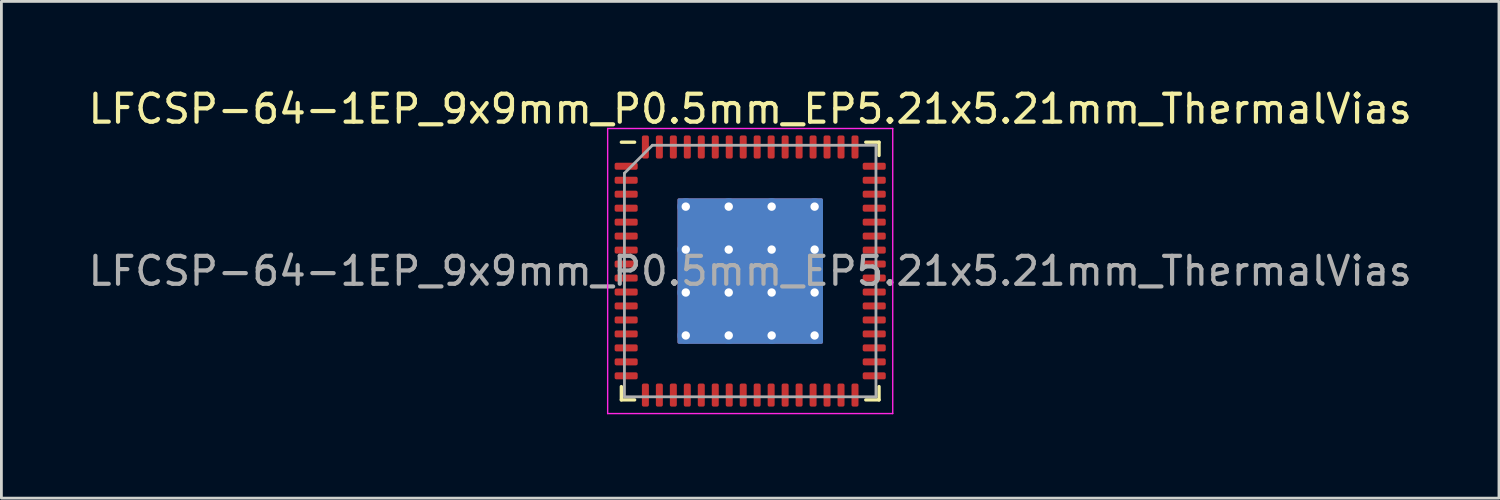
<source format=kicad_pcb>
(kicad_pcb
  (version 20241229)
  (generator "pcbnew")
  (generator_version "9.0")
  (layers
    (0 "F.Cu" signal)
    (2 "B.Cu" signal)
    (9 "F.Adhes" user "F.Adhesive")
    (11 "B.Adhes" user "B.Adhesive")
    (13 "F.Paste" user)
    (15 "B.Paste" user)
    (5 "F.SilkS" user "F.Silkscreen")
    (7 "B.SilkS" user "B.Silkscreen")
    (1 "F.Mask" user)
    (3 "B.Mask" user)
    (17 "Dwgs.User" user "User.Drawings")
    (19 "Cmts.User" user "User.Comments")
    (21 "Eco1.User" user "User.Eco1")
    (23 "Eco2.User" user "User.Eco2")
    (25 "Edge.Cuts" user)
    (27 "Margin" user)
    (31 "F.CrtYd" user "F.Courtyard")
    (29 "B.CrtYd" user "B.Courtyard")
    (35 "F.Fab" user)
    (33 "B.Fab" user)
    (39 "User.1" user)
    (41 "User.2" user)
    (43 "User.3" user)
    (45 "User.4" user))
  (footprint "LFCSP-64-1EP_9x9mm_P0.5mm_EP5.21x5.21mm_ThermalVias"
    (layer "F.Cu")
    (at 23.792 6.648)
    (property "Reference" "LFCSP-64-1EP_9x9mm_P0.5mm_EP5.21x5.21mm_ThermalVias" (at 0 -5.8 0) (layer "F.SilkS") (effects (font (size 1 1) (thickness 0.15))))
    (attr smd)
    (fp_line (start -4.61 4.61) (end -4.61 4.135) (stroke (width 0.12) (type solid)) (layer "F.SilkS"))
    (fp_line (start -4.135 -4.61) (end -4.61 -4.61) (stroke (width 0.12) (type solid)) (layer "F.SilkS"))
    (fp_line (start -4.135 4.61) (end -4.61 4.61) (stroke (width 0.12) (type solid)) (layer "F.SilkS"))
    (fp_line (start 4.135 -4.61) (end 4.61 -4.61) (stroke (width 0.12) (type solid)) (layer "F.SilkS"))
    (fp_line (start 4.135 4.61) (end 4.61 4.61) (stroke (width 0.12) (type solid)) (layer "F.SilkS"))
    (fp_line (start 4.61 -4.61) (end 4.61 -4.135) (stroke (width 0.12) (type solid)) (layer "F.SilkS"))
    (fp_line (start 4.61 4.61) (end 4.61 4.135) (stroke (width 0.12) (type solid)) (layer "F.SilkS"))
    (fp_line (start -5.1 -5.1) (end -5.1 5.1) (stroke (width 0.05) (type solid)) (layer "F.CrtYd"))
    (fp_line (start -5.1 5.1) (end 5.1 5.1) (stroke (width 0.05) (type solid)) (layer "F.CrtYd"))
    (fp_line (start 5.1 -5.1) (end -5.1 -5.1) (stroke (width 0.05) (type solid)) (layer "F.CrtYd"))
    (fp_line (start 5.1 5.1) (end 5.1 -5.1) (stroke (width 0.05) (type solid)) (layer "F.CrtYd"))
    (fp_line (start -4.5 -3.5) (end -3.5 -4.5) (stroke (width 0.1) (type solid)) (layer "F.Fab"))
    (fp_line (start -4.5 4.5) (end -4.5 -3.5) (stroke (width 0.1) (type solid)) (layer "F.Fab"))
    (fp_line (start -3.5 -4.5) (end 4.5 -4.5) (stroke (width 0.1) (type solid)) (layer "F.Fab"))
    (fp_line (start 4.5 -4.5) (end 4.5 4.5) (stroke (width 0.1) (type solid)) (layer "F.Fab"))
    (fp_line (start 4.5 4.5) (end -4.5 4.5) (stroke (width 0.1) (type solid)) (layer "F.Fab"))
    (fp_text user "${REFERENCE}" (at 0 0 0) (layer "F.Fab") (effects (font (size 1 1) (thickness 0.15))))
    (pad "" smd roundrect (at -1.3 -1.3) (size 2.26 2.26) (layers "F.Paste") (roundrect_rratio 0.111))
    (pad "" smd roundrect (at -1.3 1.3) (size 2.26 2.26) (layers "F.Paste") (roundrect_rratio 0.111))
    (pad "" smd roundrect (at 1.3 -1.3) (size 2.26 2.26) (layers "F.Paste") (roundrect_rratio 0.111))
    (pad "" smd roundrect (at 1.3 1.3) (size 2.26 2.26) (layers "F.Paste") (roundrect_rratio 0.111))
    (pad "1" smd roundrect (at -4.438 -3.75) (size 0.825 0.25) (layers "F.Cu" "F.Mask" "F.Paste") (roundrect_rratio 0.25))
    (pad "2" smd roundrect (at -4.438 -3.25) (size 0.825 0.25) (layers "F.Cu" "F.Mask" "F.Paste") (roundrect_rratio 0.25))
    (pad "3" smd roundrect (at -4.438 -2.75) (size 0.825 0.25) (layers "F.Cu" "F.Mask" "F.Paste") (roundrect_rratio 0.25))
    (pad "4" smd roundrect (at -4.438 -2.25) (size 0.825 0.25) (layers "F.Cu" "F.Mask" "F.Paste") (roundrect_rratio 0.25))
    (pad "5" smd roundrect (at -4.438 -1.75) (size 0.825 0.25) (layers "F.Cu" "F.Mask" "F.Paste") (roundrect_rratio 0.25))
    (pad "6" smd roundrect (at -4.438 -1.25) (size 0.825 0.25) (layers "F.Cu" "F.Mask" "F.Paste") (roundrect_rratio 0.25))
    (pad "7" smd roundrect (at -4.438 -0.75) (size 0.825 0.25) (layers "F.Cu" "F.Mask" "F.Paste") (roundrect_rratio 0.25))
    (pad "8" smd roundrect (at -4.438 -0.25) (size 0.825 0.25) (layers "F.Cu" "F.Mask" "F.Paste") (roundrect_rratio 0.25))
    (pad "9" smd roundrect (at -4.438 0.25) (size 0.825 0.25) (layers "F.Cu" "F.Mask" "F.Paste") (roundrect_rratio 0.25))
    (pad "10" smd roundrect (at -4.438 0.75) (size 0.825 0.25) (layers "F.Cu" "F.Mask" "F.Paste") (roundrect_rratio 0.25))
    (pad "11" smd roundrect (at -4.438 1.25) (size 0.825 0.25) (layers "F.Cu" "F.Mask" "F.Paste") (roundrect_rratio 0.25))
    (pad "12" smd roundrect (at -4.438 1.75) (size 0.825 0.25) (layers "F.Cu" "F.Mask" "F.Paste") (roundrect_rratio 0.25))
    (pad "13" smd roundrect (at -4.438 2.25) (size 0.825 0.25) (layers "F.Cu" "F.Mask" "F.Paste") (roundrect_rratio 0.25))
    (pad "14" smd roundrect (at -4.438 2.75) (size 0.825 0.25) (layers "F.Cu" "F.Mask" "F.Paste") (roundrect_rratio 0.25))
    (pad "15" smd roundrect (at -4.438 3.25) (size 0.825 0.25) (layers "F.Cu" "F.Mask" "F.Paste") (roundrect_rratio 0.25))
    (pad "16" smd roundrect (at -4.438 3.75) (size 0.825 0.25) (layers "F.Cu" "F.Mask" "F.Paste") (roundrect_rratio 0.25))
    (pad "17" smd roundrect (at -3.75 4.438) (size 0.25 0.825) (layers "F.Cu" "F.Mask" "F.Paste") (roundrect_rratio 0.25))
    (pad "18" smd roundrect (at -3.25 4.438) (size 0.25 0.825) (layers "F.Cu" "F.Mask" "F.Paste") (roundrect_rratio 0.25))
    (pad "19" smd roundrect (at -2.75 4.438) (size 0.25 0.825) (layers "F.Cu" "F.Mask" "F.Paste") (roundrect_rratio 0.25))
    (pad "20" smd roundrect (at -2.25 4.438) (size 0.25 0.825) (layers "F.Cu" "F.Mask" "F.Paste") (roundrect_rratio 0.25))
    (pad "21" smd roundrect (at -1.75 4.438) (size 0.25 0.825) (layers "F.Cu" "F.Mask" "F.Paste") (roundrect_rratio 0.25))
    (pad "22" smd roundrect (at -1.25 4.438) (size 0.25 0.825) (layers "F.Cu" "F.Mask" "F.Paste") (roundrect_rratio 0.25))
    (pad "23" smd roundrect (at -0.75 4.438) (size 0.25 0.825) (layers "F.Cu" "F.Mask" "F.Paste") (roundrect_rratio 0.25))
    (pad "24" smd roundrect (at -0.25 4.438) (size 0.25 0.825) (layers "F.Cu" "F.Mask" "F.Paste") (roundrect_rratio 0.25))
    (pad "25" smd roundrect (at 0.25 4.438) (size 0.25 0.825) (layers "F.Cu" "F.Mask" "F.Paste") (roundrect_rratio 0.25))
    (pad "26" smd roundrect (at 0.75 4.438) (size 0.25 0.825) (layers "F.Cu" "F.Mask" "F.Paste") (roundrect_rratio 0.25))
    (pad "27" smd roundrect (at 1.25 4.438) (size 0.25 0.825) (layers "F.Cu" "F.Mask" "F.Paste") (roundrect_rratio 0.25))
    (pad "28" smd roundrect (at 1.75 4.438) (size 0.25 0.825) (layers "F.Cu" "F.Mask" "F.Paste") (roundrect_rratio 0.25))
    (pad "29" smd roundrect (at 2.25 4.438) (size 0.25 0.825) (layers "F.Cu" "F.Mask" "F.Paste") (roundrect_rratio 0.25))
    (pad "30" smd roundrect (at 2.75 4.438) (size 0.25 0.825) (layers "F.Cu" "F.Mask" "F.Paste") (roundrect_rratio 0.25))
    (pad "31" smd roundrect (at 3.25 4.438) (size 0.25 0.825) (layers "F.Cu" "F.Mask" "F.Paste") (roundrect_rratio 0.25))
    (pad "32" smd roundrect (at 3.75 4.438) (size 0.25 0.825) (layers "F.Cu" "F.Mask" "F.Paste") (roundrect_rratio 0.25))
    (pad "33" smd roundrect (at 4.438 3.75) (size 0.825 0.25) (layers "F.Cu" "F.Mask" "F.Paste") (roundrect_rratio 0.25))
    (pad "34" smd roundrect (at 4.438 3.25) (size 0.825 0.25) (layers "F.Cu" "F.Mask" "F.Paste") (roundrect_rratio 0.25))
    (pad "35" smd roundrect (at 4.438 2.75) (size 0.825 0.25) (layers "F.Cu" "F.Mask" "F.Paste") (roundrect_rratio 0.25))
    (pad "36" smd roundrect (at 4.438 2.25) (size 0.825 0.25) (layers "F.Cu" "F.Mask" "F.Paste") (roundrect_rratio 0.25))
    (pad "37" smd roundrect (at 4.438 1.75) (size 0.825 0.25) (layers "F.Cu" "F.Mask" "F.Paste") (roundrect_rratio 0.25))
    (pad "38" smd roundrect (at 4.438 1.25) (size 0.825 0.25) (layers "F.Cu" "F.Mask" "F.Paste") (roundrect_rratio 0.25))
    (pad "39" smd roundrect (at 4.438 0.75) (size 0.825 0.25) (layers "F.Cu" "F.Mask" "F.Paste") (roundrect_rratio 0.25))
    (pad "40" smd roundrect (at 4.438 0.25) (size 0.825 0.25) (layers "F.Cu" "F.Mask" "F.Paste") (roundrect_rratio 0.25))
    (pad "41" smd roundrect (at 4.438 -0.25) (size 0.825 0.25) (layers "F.Cu" "F.Mask" "F.Paste") (roundrect_rratio 0.25))
    (pad "42" smd roundrect (at 4.438 -0.75) (size 0.825 0.25) (layers "F.Cu" "F.Mask" "F.Paste") (roundrect_rratio 0.25))
    (pad "43" smd roundrect (at 4.438 -1.25) (size 0.825 0.25) (layers "F.Cu" "F.Mask" "F.Paste") (roundrect_rratio 0.25))
    (pad "44" smd roundrect (at 4.438 -1.75) (size 0.825 0.25) (layers "F.Cu" "F.Mask" "F.Paste") (roundrect_rratio 0.25))
    (pad "45" smd roundrect (at 4.438 -2.25) (size 0.825 0.25) (layers "F.Cu" "F.Mask" "F.Paste") (roundrect_rratio 0.25))
    (pad "46" smd roundrect (at 4.438 -2.75) (size 0.825 0.25) (layers "F.Cu" "F.Mask" "F.Paste") (roundrect_rratio 0.25))
    (pad "47" smd roundrect (at 4.438 -3.25) (size 0.825 0.25) (layers "F.Cu" "F.Mask" "F.Paste") (roundrect_rratio 0.25))
    (pad "48" smd roundrect (at 4.438 -3.75) (size 0.825 0.25) (layers "F.Cu" "F.Mask" "F.Paste") (roundrect_rratio 0.25))
    (pad "49" smd roundrect (at 3.75 -4.438) (size 0.25 0.825) (layers "F.Cu" "F.Mask" "F.Paste") (roundrect_rratio 0.25))
    (pad "50" smd roundrect (at 3.25 -4.438) (size 0.25 0.825) (layers "F.Cu" "F.Mask" "F.Paste") (roundrect_rratio 0.25))
    (pad "51" smd roundrect (at 2.75 -4.438) (size 0.25 0.825) (layers "F.Cu" "F.Mask" "F.Paste") (roundrect_rratio 0.25))
    (pad "52" smd roundrect (at 2.25 -4.438) (size 0.25 0.825) (layers "F.Cu" "F.Mask" "F.Paste") (roundrect_rratio 0.25))
    (pad "53" smd roundrect (at 1.75 -4.438) (size 0.25 0.825) (layers "F.Cu" "F.Mask" "F.Paste") (roundrect_rratio 0.25))
    (pad "54" smd roundrect (at 1.25 -4.438) (size 0.25 0.825) (layers "F.Cu" "F.Mask" "F.Paste") (roundrect_rratio 0.25))
    (pad "55" smd roundrect (at 0.75 -4.438) (size 0.25 0.825) (layers "F.Cu" "F.Mask" "F.Paste") (roundrect_rratio 0.25))
    (pad "56" smd roundrect (at 0.25 -4.438) (size 0.25 0.825) (layers "F.Cu" "F.Mask" "F.Paste") (roundrect_rratio 0.25))
    (pad "57" smd roundrect (at -0.25 -4.438) (size 0.25 0.825) (layers "F.Cu" "F.Mask" "F.Paste") (roundrect_rratio 0.25))
    (pad "58" smd roundrect (at -0.75 -4.438) (size 0.25 0.825) (layers "F.Cu" "F.Mask" "F.Paste") (roundrect_rratio 0.25))
    (pad "59" smd roundrect (at -1.25 -4.438) (size 0.25 0.825) (layers "F.Cu" "F.Mask" "F.Paste") (roundrect_rratio 0.25))
    (pad "60" smd roundrect (at -1.75 -4.438) (size 0.25 0.825) (layers "F.Cu" "F.Mask" "F.Paste") (roundrect_rratio 0.25))
    (pad "61" smd roundrect (at -2.25 -4.438) (size 0.25 0.825) (layers "F.Cu" "F.Mask" "F.Paste") (roundrect_rratio 0.25))
    (pad "62" smd roundrect (at -2.75 -4.438) (size 0.25 0.825) (layers "F.Cu" "F.Mask" "F.Paste") (roundrect_rratio 0.25))
    (pad "63" smd roundrect (at -3.25 -4.438) (size 0.25 0.825) (layers "F.Cu" "F.Mask" "F.Paste") (roundrect_rratio 0.25))
    (pad "64" smd roundrect (at -3.75 -4.438) (size 0.25 0.825) (layers "F.Cu" "F.Mask" "F.Paste") (roundrect_rratio 0.25))
    (pad "65" thru_hole circle (at -2.305 -2.305) (size 0.6 0.6) (drill 0.3) (layers "*.Cu"))
    (pad "65" thru_hole circle (at -2.305 -0.768) (size 0.6 0.6) (drill 0.3) (layers "*.Cu"))
    (pad "65" thru_hole circle (at -2.305 0.768) (size 0.6 0.6) (drill 0.3) (layers "*.Cu"))
    (pad "65" thru_hole circle (at -2.305 2.305) (size 0.6 0.6) (drill 0.3) (layers "*.Cu"))
    (pad "65" thru_hole circle (at -0.768 -2.305) (size 0.6 0.6) (drill 0.3) (layers "*.Cu"))
    (pad "65" thru_hole circle (at -0.768 -0.768) (size 0.6 0.6) (drill 0.3) (layers "*.Cu"))
    (pad "65" thru_hole circle (at -0.768 0.768) (size 0.6 0.6) (drill 0.3) (layers "*.Cu"))
    (pad "65" thru_hole circle (at -0.768 2.305) (size 0.6 0.6) (drill 0.3) (layers "*.Cu"))
    (pad "65" smd roundrect (at 0 0) (size 5.21 5.21) (layers "F.Cu" "F.Mask") (roundrect_rratio 0.012))
    (pad "65" smd roundrect (at 0 0) (size 5.21 5.21) (layers "B.Cu") (roundrect_rratio 0.012))
    (pad "65" thru_hole circle (at 0.768 -2.305) (size 0.6 0.6) (drill 0.3) (layers "*.Cu"))
    (pad "65" thru_hole circle (at 0.768 -0.768) (size 0.6 0.6) (drill 0.3) (layers "*.Cu"))
    (pad "65" thru_hole circle (at 0.768 0.768) (size 0.6 0.6) (drill 0.3) (layers "*.Cu"))
    (pad "65" thru_hole circle (at 0.768 2.305) (size 0.6 0.6) (drill 0.3) (layers "*.Cu"))
    (pad "65" thru_hole circle (at 2.305 -2.305) (size 0.6 0.6) (drill 0.3) (layers "*.Cu"))
    (pad "65" thru_hole circle (at 2.305 -0.768) (size 0.6 0.6) (drill 0.3) (layers "*.Cu"))
    (pad "65" thru_hole circle (at 2.305 0.768) (size 0.6 0.6) (drill 0.3) (layers "*.Cu"))
    (pad "65" thru_hole circle (at 2.305 2.305) (size 0.6 0.6) (drill 0.3) (layers "*.Cu")))
  (gr_rect
    (start -3 -3)
    (end 50.583 14.773)
    (stroke (width 0.1) (type default))
    (fill no)
    (layer "Edge.Cuts")))
</source>
